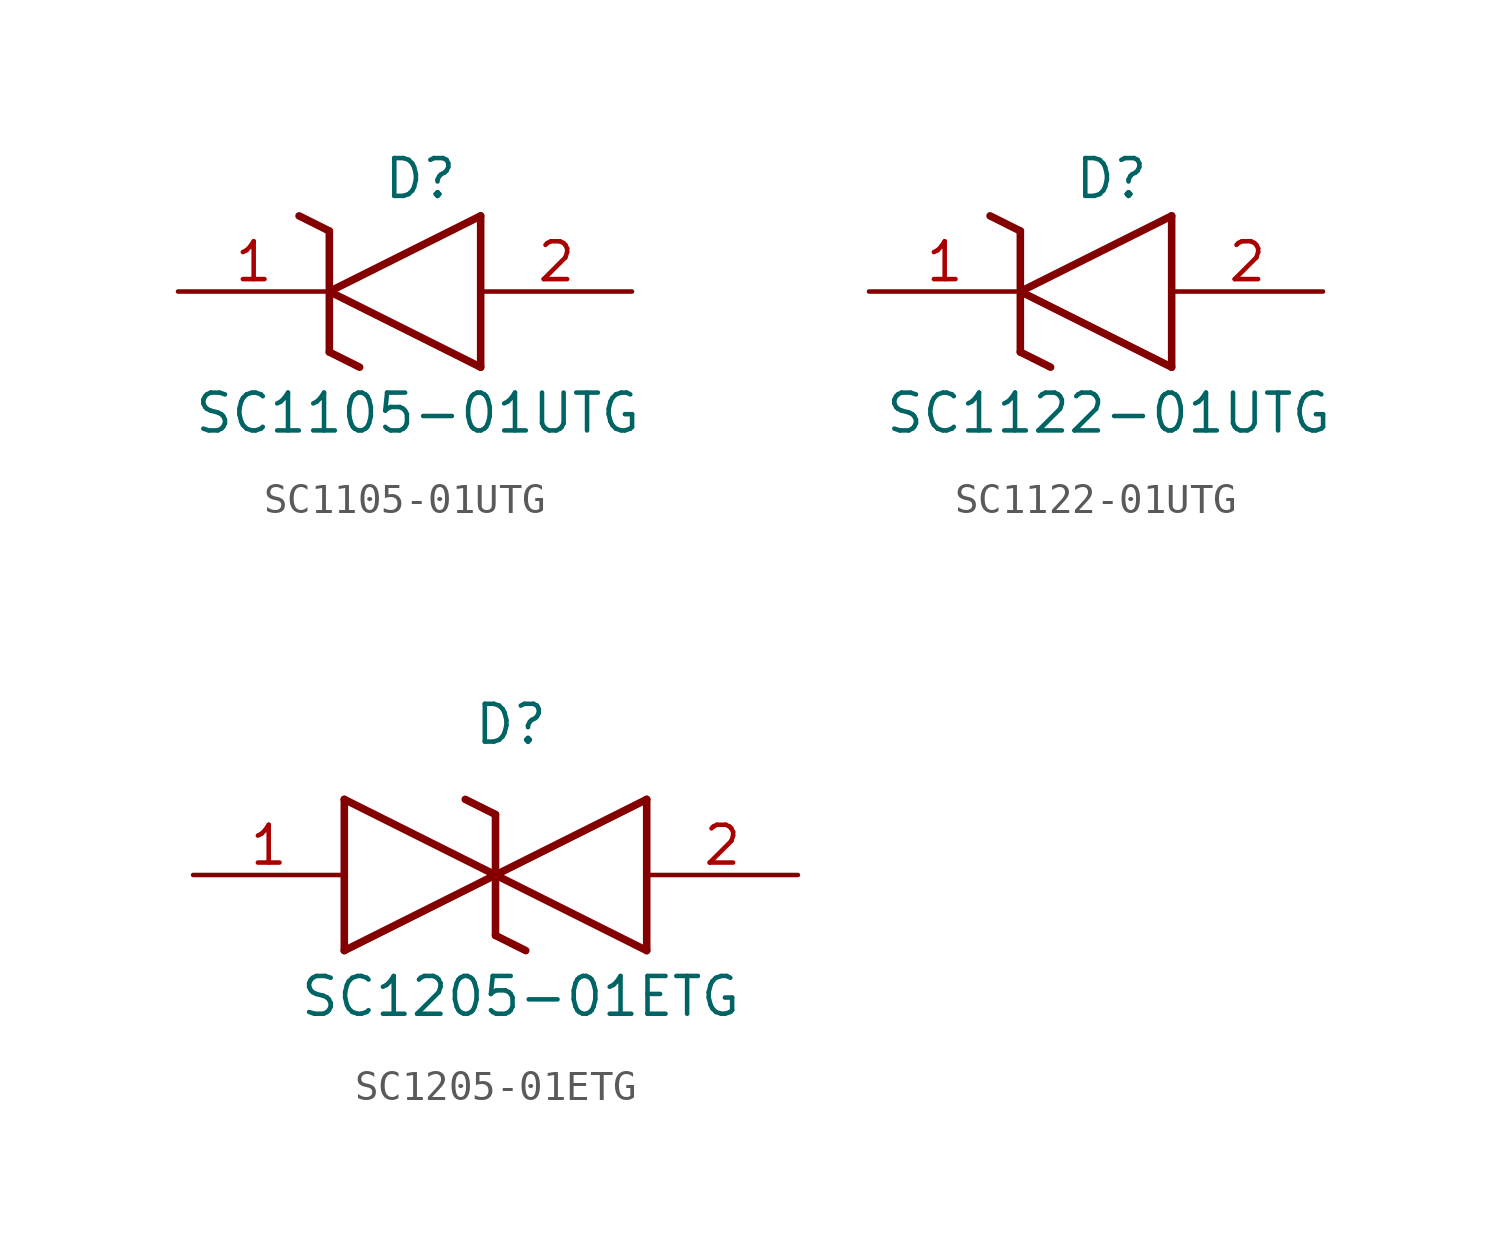
<source format=kicad_sym>
(kicad_symbol_lib
  (version 20241209)
  (generator "kicad_symbol_editor")
  (generator_version "9.0")
  (symbol "SC1105-01UTG"
    (pin_names
      (hide yes))
    (property "Reference" "D"
      (at -0.762 3.048 0)
      (effects (font (size 1.27 1.27)) (justify left bottom)))
    (property "Value" "SC1105-01UTG"
      (at -7.112 -4.826 0)
      (effects (font (size 1.27 1.27)) (justify left bottom)))
    (symbol "SC1105-01UTG_1_1"
      (polyline (pts (xy -3.556 2.54) (xy -2.54 2.032)) (stroke (width 0.254) (type default)) (fill (type none)))
      (polyline (pts (xy -2.54 0) (xy 2.54 2.54)) (stroke (width 0.254) (type default)) (fill (type none)))
      (polyline (pts (xy -2.54 -2.032) (xy -2.54 2.032)) (stroke (width 0.254) (type default)) (fill (type none)))
      (polyline (pts (xy -2.54 -2.032) (xy -1.524 -2.54)) (stroke (width 0.254) (type default)) (fill (type none)))
      (polyline (pts (xy 2.54 -2.54) (xy -2.54 0)) (stroke (width 0.254) (type default)) (fill (type none)))
      (polyline (pts (xy 2.54 -2.54) (xy 2.54 2.54)) (stroke (width 0.254) (type default)) (fill (type none)))
      (pin passive line (at -7.62 0 0) (length 5.08) (name "K" (effects (font (size 1.27 1.27)))) (number "1" (effects (font (size 1.27 1.27)))))
      (pin passive line (at 7.62 0 180) (length 5.08) (name "A" (effects (font (size 1.27 1.27)))) (number "2" (effects (font (size 1.27 1.27)))))))
  (symbol "SC1122-01UTG"
    (pin_names
      (hide yes))
    (property "Reference" "D"
      (at -0.762 3.048 0)
      (effects (font (size 1.27 1.27)) (justify left bottom)))
    (property "Value" "SC1122-01UTG"
      (at -7.112 -4.826 0)
      (effects (font (size 1.27 1.27)) (justify left bottom)))
    (symbol "SC1122-01UTG_1_1"
      (polyline (pts (xy -3.556 2.54) (xy -2.54 2.032)) (stroke (width 0.254) (type default)) (fill (type none)))
      (polyline (pts (xy -2.54 0) (xy 2.54 2.54)) (stroke (width 0.254) (type default)) (fill (type none)))
      (polyline (pts (xy -2.54 -2.032) (xy -2.54 2.032)) (stroke (width 0.254) (type default)) (fill (type none)))
      (polyline (pts (xy -2.54 -2.032) (xy -1.524 -2.54)) (stroke (width 0.254) (type default)) (fill (type none)))
      (polyline (pts (xy 2.54 -2.54) (xy -2.54 0)) (stroke (width 0.254) (type default)) (fill (type none)))
      (polyline (pts (xy 2.54 -2.54) (xy 2.54 2.54)) (stroke (width 0.254) (type default)) (fill (type none)))
      (pin passive line (at -7.62 0 0) (length 5.08) (name "K" (effects (font (size 1.27 1.27)))) (number "1" (effects (font (size 1.27 1.27)))))
      (pin passive line (at 7.62 0 180) (length 5.08) (name "A" (effects (font (size 1.27 1.27)))) (number "2" (effects (font (size 1.27 1.27)))))))
  (symbol "SC1205-01ETG"
    (pin_names
      (hide yes))
    (property "Reference" "D"
      (at -0.762 4.318 0)
      (effects (font (size 1.27 1.27)) (justify left bottom)))
    (property "Value" "SC1205-01ETG"
      (at -6.604 -4.826 0)
      (effects (font (size 1.27 1.27)) (justify left bottom)))
    (symbol "SC1205-01ETG_1_1"
      (polyline (pts (xy -5.08 2.54) (xy -5.08 -2.54)) (stroke (width 0.254) (type default)) (fill (type none)))
      (polyline (pts (xy -5.08 2.54) (xy 0 0)) (stroke (width 0.254) (type default)) (fill (type none)))
      (polyline (pts (xy -1.016 2.54) (xy 0 2.032)) (stroke (width 0.254) (type default)) (fill (type none)))
      (polyline (pts (xy 0 0) (xy -5.08 -2.54)) (stroke (width 0.254) (type default)) (fill (type none)))
      (polyline (pts (xy 0 0) (xy 5.08 -2.54)) (stroke (width 0.254) (type default)) (fill (type none)))
      (polyline (pts (xy 0 -2.032) (xy 0 2.032)) (stroke (width 0.254) (type default)) (fill (type none)))
      (polyline (pts (xy 0 -2.032) (xy 1.016 -2.54)) (stroke (width 0.254) (type default)) (fill (type none)))
      (polyline (pts (xy 5.08 2.54) (xy 0 0)) (stroke (width 0.254) (type default)) (fill (type none)))
      (polyline (pts (xy 5.08 2.54) (xy 5.08 -2.54)) (stroke (width 0.254) (type default)) (fill (type none)))
      (pin passive line (at -10.16 0 0) (length 5.08) (name "1" (effects (font (size 1.27 1.27)))) (number "1" (effects (font (size 1.27 1.27)))))
      (pin passive line (at 10.16 0 180) (length 5.08) (name "2" (effects (font (size 1.27 1.27)))) (number "2" (effects (font (size 1.27 1.27))))))))
</source>
